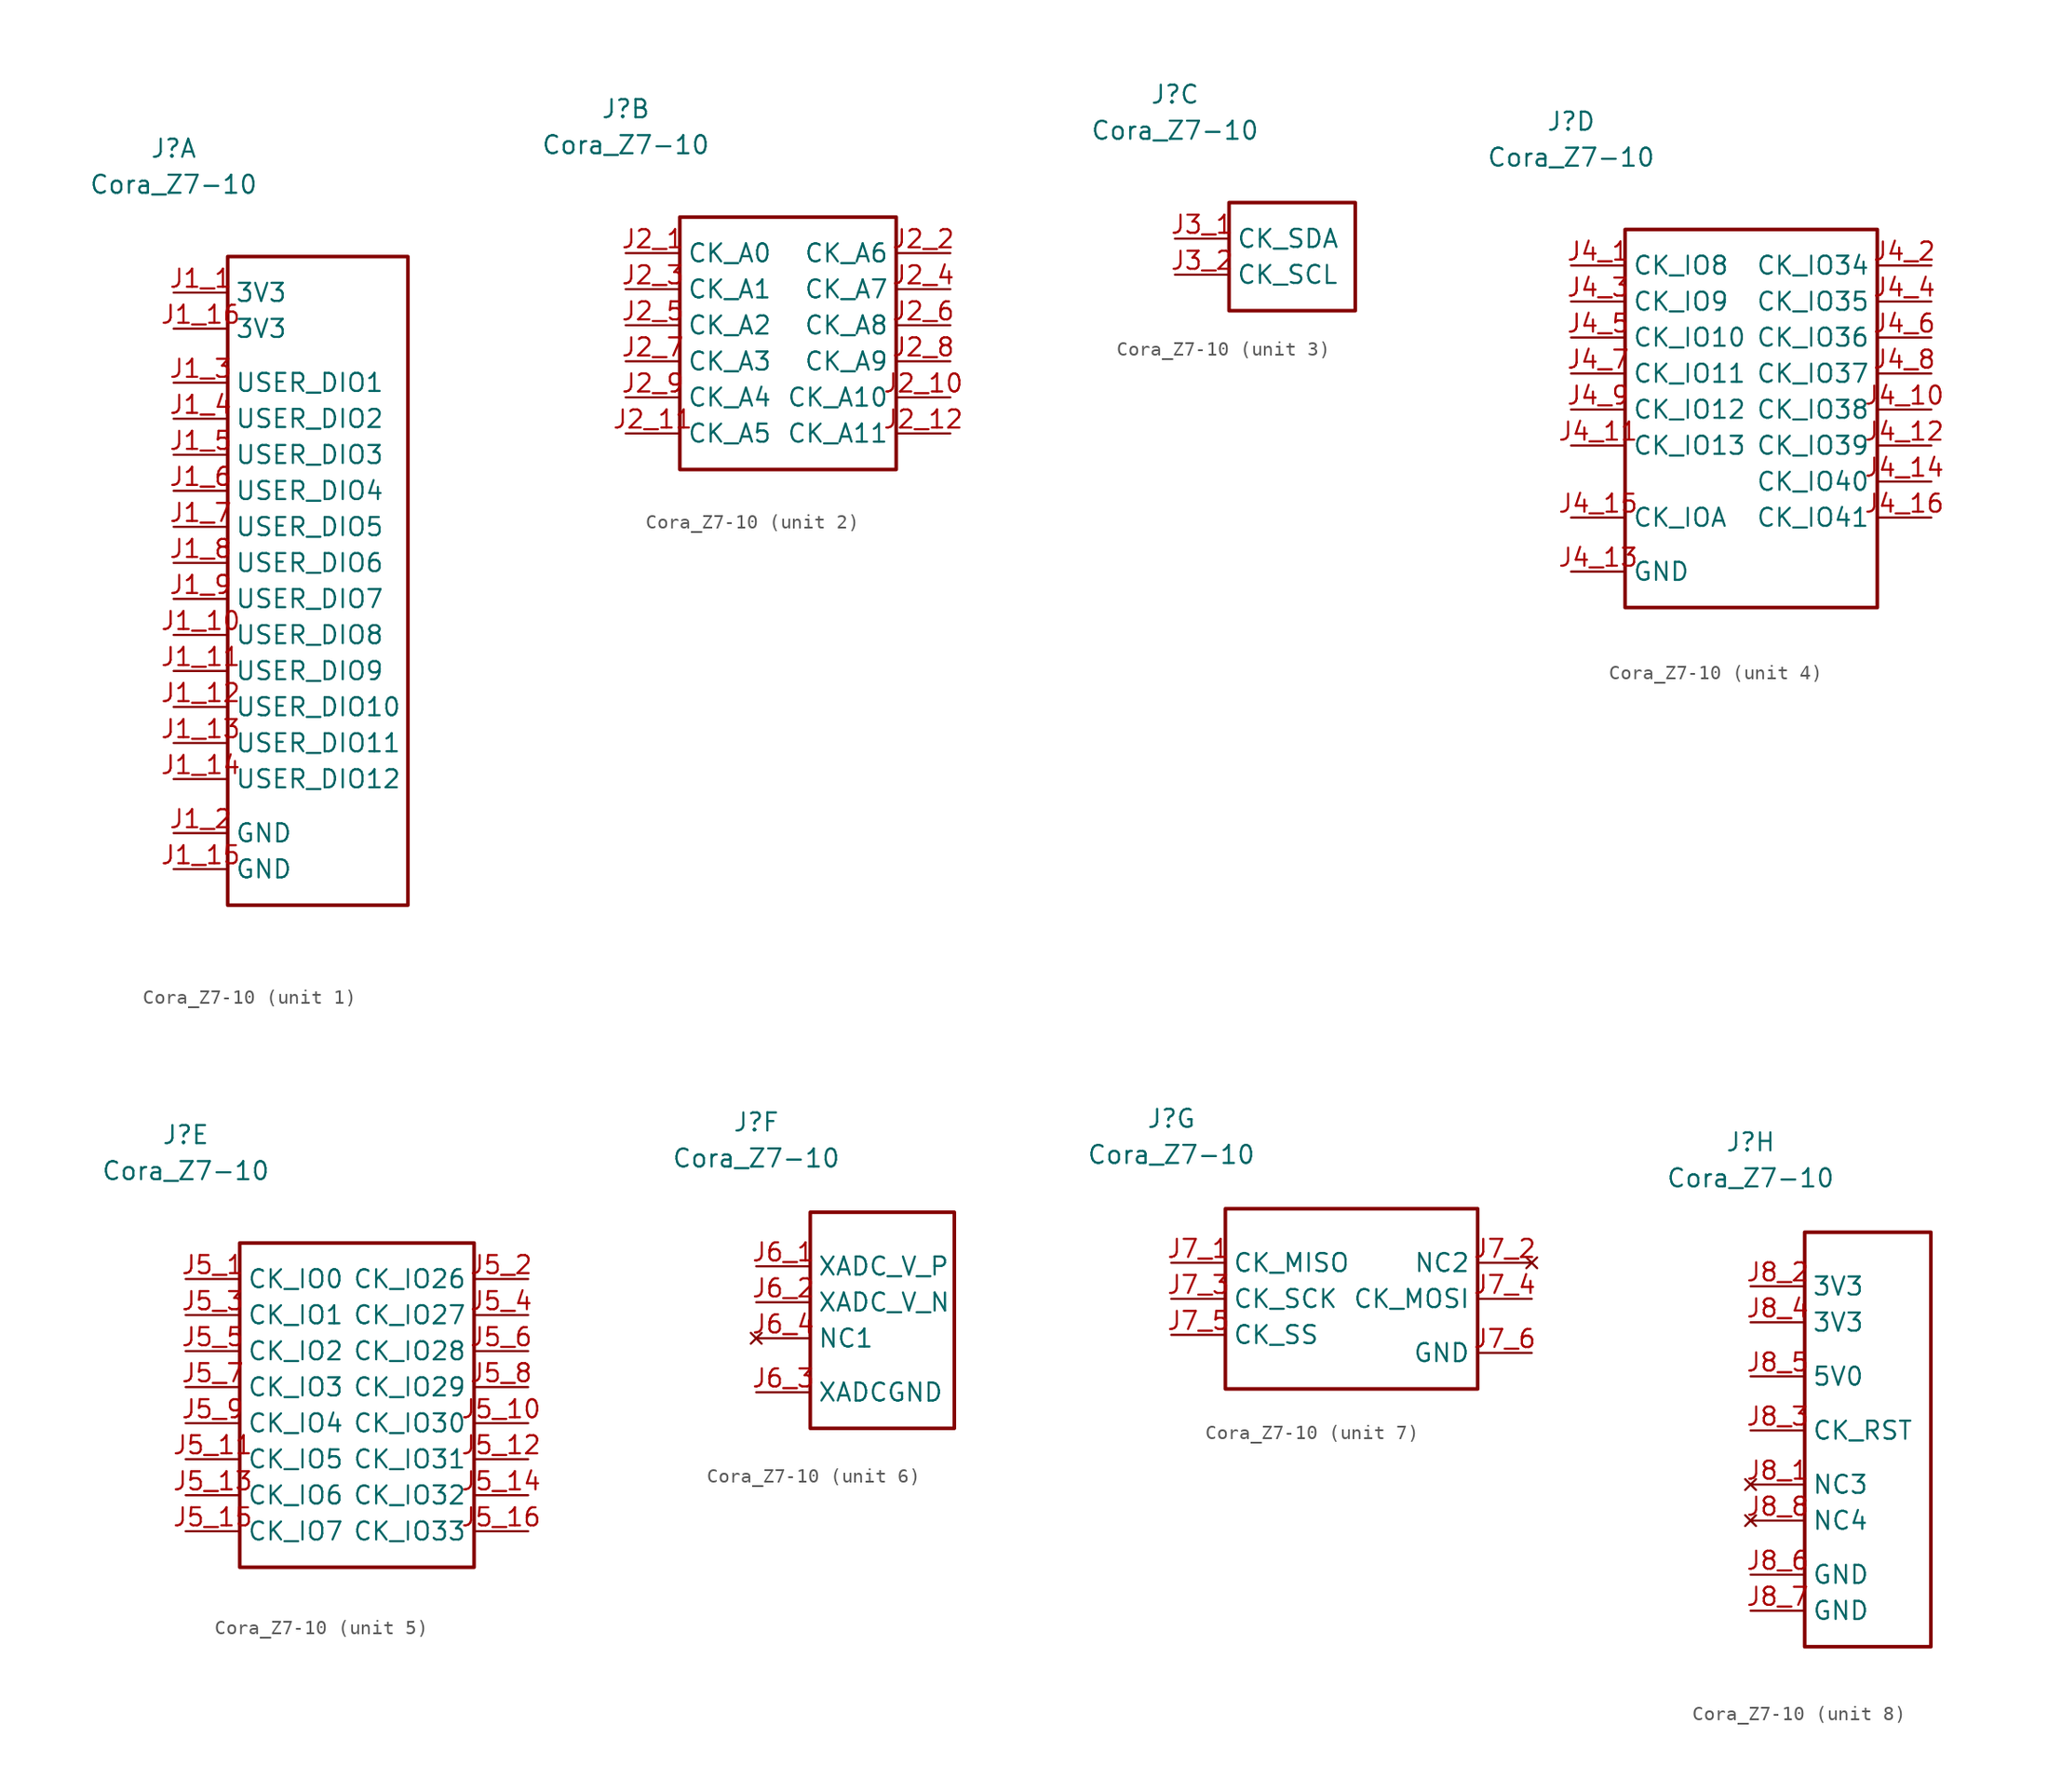
<source format=kicad_sym>
(kicad_symbol_lib
  (version 20211014)
  (generator kicad_symbol_editor)
  (symbol "Cora_Z7-10"
    (property "Reference" "J"
      (at 0 10.16 0)
      (effects (font (size 1.27 1.27))))
    (property "Value" "Cora_Z7-10"
      (at 0 7.62 0)
      (effects (font (size 1.27 1.27))))
    (property "Height" ""
      (at 0 0 0)
      (effects (font (size 1.27 1.27))))
    (property "ki_locked" ""
      (at 0 0 0)
      (effects (font (size 1.27 1.27))))
    (symbol "Cora_Z7-10_1_1"
      (rectangle (start 3.81 2.54) (end 16.51 -43.18) (stroke (width 0.254) (type default) (color 0 0 0 0)) (fill (type none)))
      (pin power_out line (at 0 0 0) (length 3.81) (name "3V3" (effects (font (size 1.27 1.27)))) (number "J1_1" (effects (font (size 1.27 1.27)))))
      (pin bidirectional line (at 0 -24.13 0) (length 3.81) (name "USER_DIO8" (effects (font (size 1.27 1.27)))) (number "J1_10" (effects (font (size 1.27 1.27)))))
      (pin bidirectional line (at 0 -26.67 0) (length 3.81) (name "USER_DIO9" (effects (font (size 1.27 1.27)))) (number "J1_11" (effects (font (size 1.27 1.27)))))
      (pin bidirectional line (at 0 -29.21 0) (length 3.81) (name "USER_DIO10" (effects (font (size 1.27 1.27)))) (number "J1_12" (effects (font (size 1.27 1.27)))))
      (pin bidirectional line (at 0 -31.75 0) (length 3.81) (name "USER_DIO11" (effects (font (size 1.27 1.27)))) (number "J1_13" (effects (font (size 1.27 1.27)))))
      (pin bidirectional line (at 0 -34.29 0) (length 3.81) (name "USER_DIO12" (effects (font (size 1.27 1.27)))) (number "J1_14" (effects (font (size 1.27 1.27)))))
      (pin power_in line (at 0 -40.64 0) (length 3.81) (name "GND" (effects (font (size 1.27 1.27)))) (number "J1_15" (effects (font (size 1.27 1.27)))))
      (pin power_out line (at 0 -2.54 0) (length 3.81) (name "3V3" (effects (font (size 1.27 1.27)))) (number "J1_16" (effects (font (size 1.27 1.27)))))
      (pin power_in line (at 0 -38.1 0) (length 3.81) (name "GND" (effects (font (size 1.27 1.27)))) (number "J1_2" (effects (font (size 1.27 1.27)))))
      (pin bidirectional line (at 0 -6.35 0) (length 3.81) (name "USER_DIO1" (effects (font (size 1.27 1.27)))) (number "J1_3" (effects (font (size 1.27 1.27)))))
      (pin bidirectional line (at 0 -8.89 0) (length 3.81) (name "USER_DIO2" (effects (font (size 1.27 1.27)))) (number "J1_4" (effects (font (size 1.27 1.27)))))
      (pin bidirectional line (at 0 -11.43 0) (length 3.81) (name "USER_DIO3" (effects (font (size 1.27 1.27)))) (number "J1_5" (effects (font (size 1.27 1.27)))))
      (pin bidirectional line (at 0 -13.97 0) (length 3.81) (name "USER_DIO4" (effects (font (size 1.27 1.27)))) (number "J1_6" (effects (font (size 1.27 1.27)))))
      (pin bidirectional line (at 0 -16.51 0) (length 3.81) (name "USER_DIO5" (effects (font (size 1.27 1.27)))) (number "J1_7" (effects (font (size 1.27 1.27)))))
      (pin bidirectional line (at 0 -19.05 0) (length 3.81) (name "USER_DIO6" (effects (font (size 1.27 1.27)))) (number "J1_8" (effects (font (size 1.27 1.27)))))
      (pin bidirectional line (at 0 -21.59 0) (length 3.81) (name "USER_DIO7" (effects (font (size 1.27 1.27)))) (number "J1_9" (effects (font (size 1.27 1.27))))))
    (symbol "Cora_Z7-10_2_1"
      (rectangle (start 3.81 2.54) (end 19.05 -15.24) (stroke (width 0.254) (type default) (color 0 0 0 0)) (fill (type none)))
      (pin bidirectional line (at 0 0 0) (length 3.81) (name "CK_A0" (effects (font (size 1.27 1.27)))) (number "J2_1" (effects (font (size 1.27 1.27)))))
      (pin bidirectional line (at 22.86 -10.16 180) (length 3.81) (name "CK_A10" (effects (font (size 1.27 1.27)))) (number "J2_10" (effects (font (size 1.27 1.27)))))
      (pin bidirectional line (at 0 -12.7 0) (length 3.81) (name "CK_A5" (effects (font (size 1.27 1.27)))) (number "J2_11" (effects (font (size 1.27 1.27)))))
      (pin bidirectional line (at 22.86 -12.7 180) (length 3.81) (name "CK_A11" (effects (font (size 1.27 1.27)))) (number "J2_12" (effects (font (size 1.27 1.27)))))
      (pin bidirectional line (at 22.86 0 180) (length 3.81) (name "CK_A6" (effects (font (size 1.27 1.27)))) (number "J2_2" (effects (font (size 1.27 1.27)))))
      (pin bidirectional line (at 0 -2.54 0) (length 3.81) (name "CK_A1" (effects (font (size 1.27 1.27)))) (number "J2_3" (effects (font (size 1.27 1.27)))))
      (pin bidirectional line (at 22.86 -2.54 180) (length 3.81) (name "CK_A7" (effects (font (size 1.27 1.27)))) (number "J2_4" (effects (font (size 1.27 1.27)))))
      (pin bidirectional line (at 0 -5.08 0) (length 3.81) (name "CK_A2" (effects (font (size 1.27 1.27)))) (number "J2_5" (effects (font (size 1.27 1.27)))))
      (pin bidirectional line (at 22.86 -5.08 180) (length 3.81) (name "CK_A8" (effects (font (size 1.27 1.27)))) (number "J2_6" (effects (font (size 1.27 1.27)))))
      (pin bidirectional line (at 0 -7.62 0) (length 3.81) (name "CK_A3" (effects (font (size 1.27 1.27)))) (number "J2_7" (effects (font (size 1.27 1.27)))))
      (pin bidirectional line (at 22.86 -7.62 180) (length 3.81) (name "CK_A9" (effects (font (size 1.27 1.27)))) (number "J2_8" (effects (font (size 1.27 1.27)))))
      (pin bidirectional line (at 0 -10.16 0) (length 3.81) (name "CK_A4" (effects (font (size 1.27 1.27)))) (number "J2_9" (effects (font (size 1.27 1.27))))))
    (symbol "Cora_Z7-10_3_1"
      (rectangle (start 3.81 2.54) (end 12.7 -5.08) (stroke (width 0.254) (type default) (color 0 0 0 0)) (fill (type none)))
      (pin bidirectional line (at 0 0 0) (length 3.81) (name "CK_SDA" (effects (font (size 1.27 1.27)))) (number "J3_1" (effects (font (size 1.27 1.27)))))
      (pin output line (at 0 -2.54 0) (length 3.81) (name "CK_SCL" (effects (font (size 1.27 1.27)))) (number "J3_2" (effects (font (size 1.27 1.27))))))
    (symbol "Cora_Z7-10_4_1"
      (rectangle (start 3.81 2.54) (end 21.59 -24.13) (stroke (width 0.254) (type default) (color 0 0 0 0)) (fill (type none)))
      (pin bidirectional line (at 0 0 0) (length 3.81) (name "CK_IO8" (effects (font (size 1.27 1.27)))) (number "J4_1" (effects (font (size 1.27 1.27)))))
      (pin bidirectional line (at 25.4 -10.16 180) (length 3.81) (name "CK_IO38" (effects (font (size 1.27 1.27)))) (number "J4_10" (effects (font (size 1.27 1.27)))))
      (pin bidirectional line (at 0 -12.7 0) (length 3.81) (name "CK_IO13" (effects (font (size 1.27 1.27)))) (number "J4_11" (effects (font (size 1.27 1.27)))))
      (pin bidirectional line (at 25.4 -12.7 180) (length 3.81) (name "CK_IO39" (effects (font (size 1.27 1.27)))) (number "J4_12" (effects (font (size 1.27 1.27)))))
      (pin power_in line (at 0 -21.59 0) (length 3.81) (name "GND" (effects (font (size 1.27 1.27)))) (number "J4_13" (effects (font (size 1.27 1.27)))))
      (pin bidirectional line (at 25.4 -15.24 180) (length 3.81) (name "CK_IO40" (effects (font (size 1.27 1.27)))) (number "J4_14" (effects (font (size 1.27 1.27)))))
      (pin bidirectional line (at 0 -17.78 0) (length 3.81) (name "CK_IOA" (effects (font (size 1.27 1.27)))) (number "J4_15" (effects (font (size 1.27 1.27)))))
      (pin bidirectional line (at 25.4 -17.78 180) (length 3.81) (name "CK_IO41" (effects (font (size 1.27 1.27)))) (number "J4_16" (effects (font (size 1.27 1.27)))))
      (pin bidirectional line (at 25.4 0 180) (length 3.81) (name "CK_IO34" (effects (font (size 1.27 1.27)))) (number "J4_2" (effects (font (size 1.27 1.27)))))
      (pin bidirectional line (at 0 -2.54 0) (length 3.81) (name "CK_IO9" (effects (font (size 1.27 1.27)))) (number "J4_3" (effects (font (size 1.27 1.27)))))
      (pin bidirectional line (at 25.4 -2.54 180) (length 3.81) (name "CK_IO35" (effects (font (size 1.27 1.27)))) (number "J4_4" (effects (font (size 1.27 1.27)))))
      (pin bidirectional line (at 0 -5.08 0) (length 3.81) (name "CK_IO10" (effects (font (size 1.27 1.27)))) (number "J4_5" (effects (font (size 1.27 1.27)))))
      (pin bidirectional line (at 25.4 -5.08 180) (length 3.81) (name "CK_IO36" (effects (font (size 1.27 1.27)))) (number "J4_6" (effects (font (size 1.27 1.27)))))
      (pin bidirectional line (at 0 -7.62 0) (length 3.81) (name "CK_IO11" (effects (font (size 1.27 1.27)))) (number "J4_7" (effects (font (size 1.27 1.27)))))
      (pin bidirectional line (at 25.4 -7.62 180) (length 3.81) (name "CK_IO37" (effects (font (size 1.27 1.27)))) (number "J4_8" (effects (font (size 1.27 1.27)))))
      (pin bidirectional line (at 0 -10.16 0) (length 3.81) (name "CK_IO12" (effects (font (size 1.27 1.27)))) (number "J4_9" (effects (font (size 1.27 1.27))))))
    (symbol "Cora_Z7-10_5_1"
      (rectangle (start 3.81 2.54) (end 20.32 -20.32) (stroke (width 0.254) (type default) (color 0 0 0 0)) (fill (type none)))
      (pin bidirectional line (at 0 0 0) (length 3.81) (name "CK_IO0" (effects (font (size 1.27 1.27)))) (number "J5_1" (effects (font (size 1.27 1.27)))))
      (pin bidirectional line (at 24.13 -10.16 180) (length 3.81) (name "CK_IO30" (effects (font (size 1.27 1.27)))) (number "J5_10" (effects (font (size 1.27 1.27)))))
      (pin bidirectional line (at 0 -12.7 0) (length 3.81) (name "CK_IO5" (effects (font (size 1.27 1.27)))) (number "J5_11" (effects (font (size 1.27 1.27)))))
      (pin bidirectional line (at 24.13 -12.7 180) (length 3.81) (name "CK_IO31" (effects (font (size 1.27 1.27)))) (number "J5_12" (effects (font (size 1.27 1.27)))))
      (pin bidirectional line (at 0 -15.24 0) (length 3.81) (name "CK_IO6" (effects (font (size 1.27 1.27)))) (number "J5_13" (effects (font (size 1.27 1.27)))))
      (pin bidirectional line (at 24.13 -15.24 180) (length 3.81) (name "CK_IO32" (effects (font (size 1.27 1.27)))) (number "J5_14" (effects (font (size 1.27 1.27)))))
      (pin bidirectional line (at 0 -17.78 0) (length 3.81) (name "CK_IO7" (effects (font (size 1.27 1.27)))) (number "J5_15" (effects (font (size 1.27 1.27)))))
      (pin bidirectional line (at 24.13 -17.78 180) (length 3.81) (name "CK_IO33" (effects (font (size 1.27 1.27)))) (number "J5_16" (effects (font (size 1.27 1.27)))))
      (pin bidirectional line (at 24.13 0 180) (length 3.81) (name "CK_IO26" (effects (font (size 1.27 1.27)))) (number "J5_2" (effects (font (size 1.27 1.27)))))
      (pin bidirectional line (at 0 -2.54 0) (length 3.81) (name "CK_IO1" (effects (font (size 1.27 1.27)))) (number "J5_3" (effects (font (size 1.27 1.27)))))
      (pin bidirectional line (at 24.13 -2.54 180) (length 3.81) (name "CK_IO27" (effects (font (size 1.27 1.27)))) (number "J5_4" (effects (font (size 1.27 1.27)))))
      (pin bidirectional line (at 0 -5.08 0) (length 3.81) (name "CK_IO2" (effects (font (size 1.27 1.27)))) (number "J5_5" (effects (font (size 1.27 1.27)))))
      (pin bidirectional line (at 24.13 -5.08 180) (length 3.81) (name "CK_IO28" (effects (font (size 1.27 1.27)))) (number "J5_6" (effects (font (size 1.27 1.27)))))
      (pin bidirectional line (at 0 -7.62 0) (length 3.81) (name "CK_IO3" (effects (font (size 1.27 1.27)))) (number "J5_7" (effects (font (size 1.27 1.27)))))
      (pin bidirectional line (at 24.13 -7.62 180) (length 3.81) (name "CK_IO29" (effects (font (size 1.27 1.27)))) (number "J5_8" (effects (font (size 1.27 1.27)))))
      (pin bidirectional line (at 0 -10.16 0) (length 3.81) (name "CK_IO4" (effects (font (size 1.27 1.27)))) (number "J5_9" (effects (font (size 1.27 1.27))))))
    (symbol "Cora_Z7-10_6_1"
      (rectangle (start 3.81 3.81) (end 13.97 -11.43) (stroke (width 0.254) (type default) (color 0 0 0 0)) (fill (type none)))
      (pin input line (at 0 0 0) (length 3.81) (name "XADC_V_P" (effects (font (size 1.27 1.27)))) (number "J6_1" (effects (font (size 1.27 1.27)))))
      (pin input line (at 0 -2.54 0) (length 3.81) (name "XADC_V_N" (effects (font (size 1.27 1.27)))) (number "J6_2" (effects (font (size 1.27 1.27)))))
      (pin power_in line (at 0 -8.89 0) (length 3.81) (name "XADCGND" (effects (font (size 1.27 1.27)))) (number "J6_3" (effects (font (size 1.27 1.27)))))
      (pin no_connect line (at 0 -5.08 0) (length 3.81) (name "NC1" (effects (font (size 1.27 1.27)))) (number "J6_4" (effects (font (size 1.27 1.27))))))
    (symbol "Cora_Z7-10_7_1"
      (rectangle (start 3.81 3.81) (end 21.59 -8.89) (stroke (width 0.254) (type default) (color 0 0 0 0)) (fill (type none)))
      (pin input line (at 0 0 0) (length 3.81) (name "CK_MISO" (effects (font (size 1.27 1.27)))) (number "J7_1" (effects (font (size 1.27 1.27)))))
      (pin no_connect line (at 25.4 0 180) (length 3.81) (name "NC2" (effects (font (size 1.27 1.27)))) (number "J7_2" (effects (font (size 1.27 1.27)))))
      (pin output line (at 0 -2.54 0) (length 3.81) (name "CK_SCK" (effects (font (size 1.27 1.27)))) (number "J7_3" (effects (font (size 1.27 1.27)))))
      (pin output line (at 25.4 -2.54 180) (length 3.81) (name "CK_MOSI" (effects (font (size 1.27 1.27)))) (number "J7_4" (effects (font (size 1.27 1.27)))))
      (pin output line (at 0 -5.08 0) (length 3.81) (name "CK_SS" (effects (font (size 1.27 1.27)))) (number "J7_5" (effects (font (size 1.27 1.27)))))
      (pin power_in line (at 25.4 -6.35 180) (length 3.81) (name "GND" (effects (font (size 1.27 1.27)))) (number "J7_6" (effects (font (size 1.27 1.27))))))
    (symbol "Cora_Z7-10_8_1"
      (rectangle (start 3.81 3.81) (end 12.7 -25.4) (stroke (width 0.254) (type default) (color 0 0 0 0)) (fill (type none)))
      (pin no_connect line (at 0 -13.97 0) (length 3.81) (name "NC3" (effects (font (size 1.27 1.27)))) (number "J8_1" (effects (font (size 1.27 1.27)))))
      (pin power_out line (at 0 0 0) (length 3.81) (name "3V3" (effects (font (size 1.27 1.27)))) (number "J8_2" (effects (font (size 1.27 1.27)))))
      (pin output line (at 0 -10.16 0) (length 3.81) (name "CK_RST" (effects (font (size 1.27 1.27)))) (number "J8_3" (effects (font (size 1.27 1.27)))))
      (pin power_out line (at 0 -2.54 0) (length 3.81) (name "3V3" (effects (font (size 1.27 1.27)))) (number "J8_4" (effects (font (size 1.27 1.27)))))
      (pin power_out line (at 0 -6.35 0) (length 3.81) (name "5V0" (effects (font (size 1.27 1.27)))) (number "J8_5" (effects (font (size 1.27 1.27)))))
      (pin power_in line (at 0 -20.32 0) (length 3.81) (name "GND" (effects (font (size 1.27 1.27)))) (number "J8_6" (effects (font (size 1.27 1.27)))))
      (pin power_in line (at 0 -22.86 0) (length 3.81) (name "GND" (effects (font (size 1.27 1.27)))) (number "J8_7" (effects (font (size 1.27 1.27)))))
      (pin no_connect line (at 0 -16.51 0) (length 3.81) (name "NC4" (effects (font (size 1.27 1.27)))) (number "J8_8" (effects (font (size 1.27 1.27))))))))
</source>
